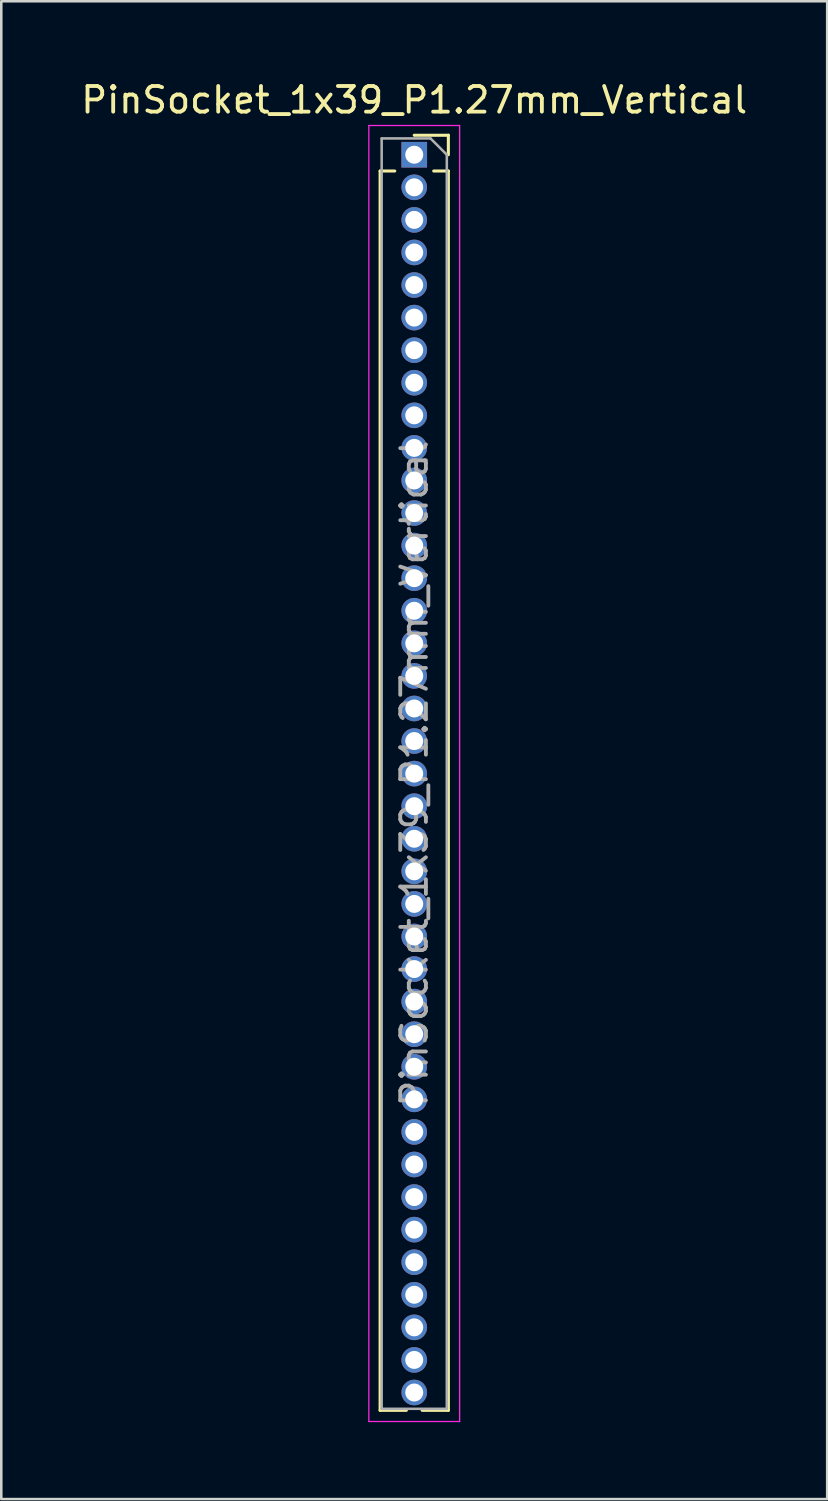
<source format=kicad_pcb>
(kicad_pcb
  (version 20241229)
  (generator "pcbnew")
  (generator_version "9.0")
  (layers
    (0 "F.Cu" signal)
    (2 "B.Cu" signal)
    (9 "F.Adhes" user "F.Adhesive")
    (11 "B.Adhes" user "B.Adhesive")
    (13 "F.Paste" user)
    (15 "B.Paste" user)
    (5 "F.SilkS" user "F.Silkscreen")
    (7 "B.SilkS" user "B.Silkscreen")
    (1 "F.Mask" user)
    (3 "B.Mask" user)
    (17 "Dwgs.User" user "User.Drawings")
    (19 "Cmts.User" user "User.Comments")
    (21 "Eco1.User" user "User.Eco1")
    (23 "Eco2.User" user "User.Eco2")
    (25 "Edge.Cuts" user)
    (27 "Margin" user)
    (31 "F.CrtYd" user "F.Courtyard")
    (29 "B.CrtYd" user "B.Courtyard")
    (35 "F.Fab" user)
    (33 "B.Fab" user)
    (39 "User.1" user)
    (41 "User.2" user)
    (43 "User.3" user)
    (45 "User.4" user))
  (footprint "PinSocket_1x39_P1.27mm_Vertical"
    (layer "F.Cu")
    (at 13.101 2.983)
    (property "Reference" "PinSocket_1x39_P1.27mm_Vertical" (at 0 -2.135 0) (layer "F.SilkS") (effects (font (size 1 1) (thickness 0.15))))
    (attr through_hole)
    (fp_line (start -1.33 0.635) (end -1.33 48.955) (stroke (width 0.12) (type solid)) (layer "F.SilkS"))
    (fp_line (start -1.33 0.635) (end -0.76 0.635) (stroke (width 0.12) (type solid)) (layer "F.SilkS"))
    (fp_line (start -1.33 48.955) (end -0.308 48.955) (stroke (width 0.12) (type solid)) (layer "F.SilkS"))
    (fp_line (start 0 -0.76) (end 1.33 -0.76) (stroke (width 0.12) (type solid)) (layer "F.SilkS"))
    (fp_line (start 0.308 48.955) (end 1.33 48.955) (stroke (width 0.12) (type solid)) (layer "F.SilkS"))
    (fp_line (start 0.76 0.635) (end 1.33 0.635) (stroke (width 0.12) (type solid)) (layer "F.SilkS"))
    (fp_line (start 1.33 -0.76) (end 1.33 0) (stroke (width 0.12) (type solid)) (layer "F.SilkS"))
    (fp_line (start 1.33 0.635) (end 1.33 48.955) (stroke (width 0.12) (type solid)) (layer "F.SilkS"))
    (fp_line (start -1.77 -1.14) (end 1.77 -1.14) (stroke (width 0.05) (type solid)) (layer "F.CrtYd"))
    (fp_line (start -1.77 49.39) (end -1.77 -1.14) (stroke (width 0.05) (type solid)) (layer "F.CrtYd"))
    (fp_line (start 1.77 -1.14) (end 1.77 49.39) (stroke (width 0.05) (type solid)) (layer "F.CrtYd"))
    (fp_line (start 1.77 49.39) (end -1.77 49.39) (stroke (width 0.05) (type solid)) (layer "F.CrtYd"))
    (fp_line (start -1.27 -0.635) (end 0.635 -0.635) (stroke (width 0.1) (type solid)) (layer "F.Fab"))
    (fp_line (start -1.27 48.895) (end -1.27 -0.635) (stroke (width 0.1) (type solid)) (layer "F.Fab"))
    (fp_line (start 0.635 -0.635) (end 1.27 0) (stroke (width 0.1) (type solid)) (layer "F.Fab"))
    (fp_line (start 1.27 0) (end 1.27 48.895) (stroke (width 0.1) (type solid)) (layer "F.Fab"))
    (fp_line (start 1.27 48.895) (end -1.27 48.895) (stroke (width 0.1) (type solid)) (layer "F.Fab"))
    (fp_text user "${REFERENCE}" (at 0 24.13 90) (layer "F.Fab") (effects (font (size 1 1) (thickness 0.15))))
    (pad "1" thru_hole rect (at 0 0) (size 1 1) (drill 0.7) (layers "*.Cu" "*.Mask"))
    (pad "2" thru_hole circle (at 0 1.27) (size 1 1) (drill 0.7) (layers "*.Cu" "*.Mask"))
    (pad "3" thru_hole circle (at 0 2.54) (size 1 1) (drill 0.7) (layers "*.Cu" "*.Mask"))
    (pad "4" thru_hole circle (at 0 3.81) (size 1 1) (drill 0.7) (layers "*.Cu" "*.Mask"))
    (pad "5" thru_hole circle (at 0 5.08) (size 1 1) (drill 0.7) (layers "*.Cu" "*.Mask"))
    (pad "6" thru_hole circle (at 0 6.35) (size 1 1) (drill 0.7) (layers "*.Cu" "*.Mask"))
    (pad "7" thru_hole circle (at 0 7.62) (size 1 1) (drill 0.7) (layers "*.Cu" "*.Mask"))
    (pad "8" thru_hole circle (at 0 8.89) (size 1 1) (drill 0.7) (layers "*.Cu" "*.Mask"))
    (pad "9" thru_hole circle (at 0 10.16) (size 1 1) (drill 0.7) (layers "*.Cu" "*.Mask"))
    (pad "10" thru_hole circle (at 0 11.43) (size 1 1) (drill 0.7) (layers "*.Cu" "*.Mask"))
    (pad "11" thru_hole circle (at 0 12.7) (size 1 1) (drill 0.7) (layers "*.Cu" "*.Mask"))
    (pad "12" thru_hole circle (at 0 13.97) (size 1 1) (drill 0.7) (layers "*.Cu" "*.Mask"))
    (pad "13" thru_hole circle (at 0 15.24) (size 1 1) (drill 0.7) (layers "*.Cu" "*.Mask"))
    (pad "14" thru_hole circle (at 0 16.51) (size 1 1) (drill 0.7) (layers "*.Cu" "*.Mask"))
    (pad "15" thru_hole circle (at 0 17.78) (size 1 1) (drill 0.7) (layers "*.Cu" "*.Mask"))
    (pad "16" thru_hole circle (at 0 19.05) (size 1 1) (drill 0.7) (layers "*.Cu" "*.Mask"))
    (pad "17" thru_hole circle (at 0 20.32) (size 1 1) (drill 0.7) (layers "*.Cu" "*.Mask"))
    (pad "18" thru_hole circle (at 0 21.59) (size 1 1) (drill 0.7) (layers "*.Cu" "*.Mask"))
    (pad "19" thru_hole circle (at 0 22.86) (size 1 1) (drill 0.7) (layers "*.Cu" "*.Mask"))
    (pad "20" thru_hole circle (at 0 24.13) (size 1 1) (drill 0.7) (layers "*.Cu" "*.Mask"))
    (pad "21" thru_hole circle (at 0 25.4) (size 1 1) (drill 0.7) (layers "*.Cu" "*.Mask"))
    (pad "22" thru_hole circle (at 0 26.67) (size 1 1) (drill 0.7) (layers "*.Cu" "*.Mask"))
    (pad "23" thru_hole circle (at 0 27.94) (size 1 1) (drill 0.7) (layers "*.Cu" "*.Mask"))
    (pad "24" thru_hole circle (at 0 29.21) (size 1 1) (drill 0.7) (layers "*.Cu" "*.Mask"))
    (pad "25" thru_hole circle (at 0 30.48) (size 1 1) (drill 0.7) (layers "*.Cu" "*.Mask"))
    (pad "26" thru_hole circle (at 0 31.75) (size 1 1) (drill 0.7) (layers "*.Cu" "*.Mask"))
    (pad "27" thru_hole circle (at 0 33.02) (size 1 1) (drill 0.7) (layers "*.Cu" "*.Mask"))
    (pad "28" thru_hole circle (at 0 34.29) (size 1 1) (drill 0.7) (layers "*.Cu" "*.Mask"))
    (pad "29" thru_hole circle (at 0 35.56) (size 1 1) (drill 0.7) (layers "*.Cu" "*.Mask"))
    (pad "30" thru_hole circle (at 0 36.83) (size 1 1) (drill 0.7) (layers "*.Cu" "*.Mask"))
    (pad "31" thru_hole circle (at 0 38.1) (size 1 1) (drill 0.7) (layers "*.Cu" "*.Mask"))
    (pad "32" thru_hole circle (at 0 39.37) (size 1 1) (drill 0.7) (layers "*.Cu" "*.Mask"))
    (pad "33" thru_hole circle (at 0 40.64) (size 1 1) (drill 0.7) (layers "*.Cu" "*.Mask"))
    (pad "34" thru_hole circle (at 0 41.91) (size 1 1) (drill 0.7) (layers "*.Cu" "*.Mask"))
    (pad "35" thru_hole circle (at 0 43.18) (size 1 1) (drill 0.7) (layers "*.Cu" "*.Mask"))
    (pad "36" thru_hole circle (at 0 44.45) (size 1 1) (drill 0.7) (layers "*.Cu" "*.Mask"))
    (pad "37" thru_hole circle (at 0 45.72) (size 1 1) (drill 0.7) (layers "*.Cu" "*.Mask"))
    (pad "38" thru_hole circle (at 0 46.99) (size 1 1) (drill 0.7) (layers "*.Cu" "*.Mask"))
    (pad "39" thru_hole circle (at 0 48.26) (size 1 1) (drill 0.7) (layers "*.Cu" "*.Mask")))
  (gr_rect
    (start -3 -3)
    (end 29.202 55.398)
    (stroke (width 0.1) (type default))
    (fill no)
    (layer "Edge.Cuts")))
</source>
